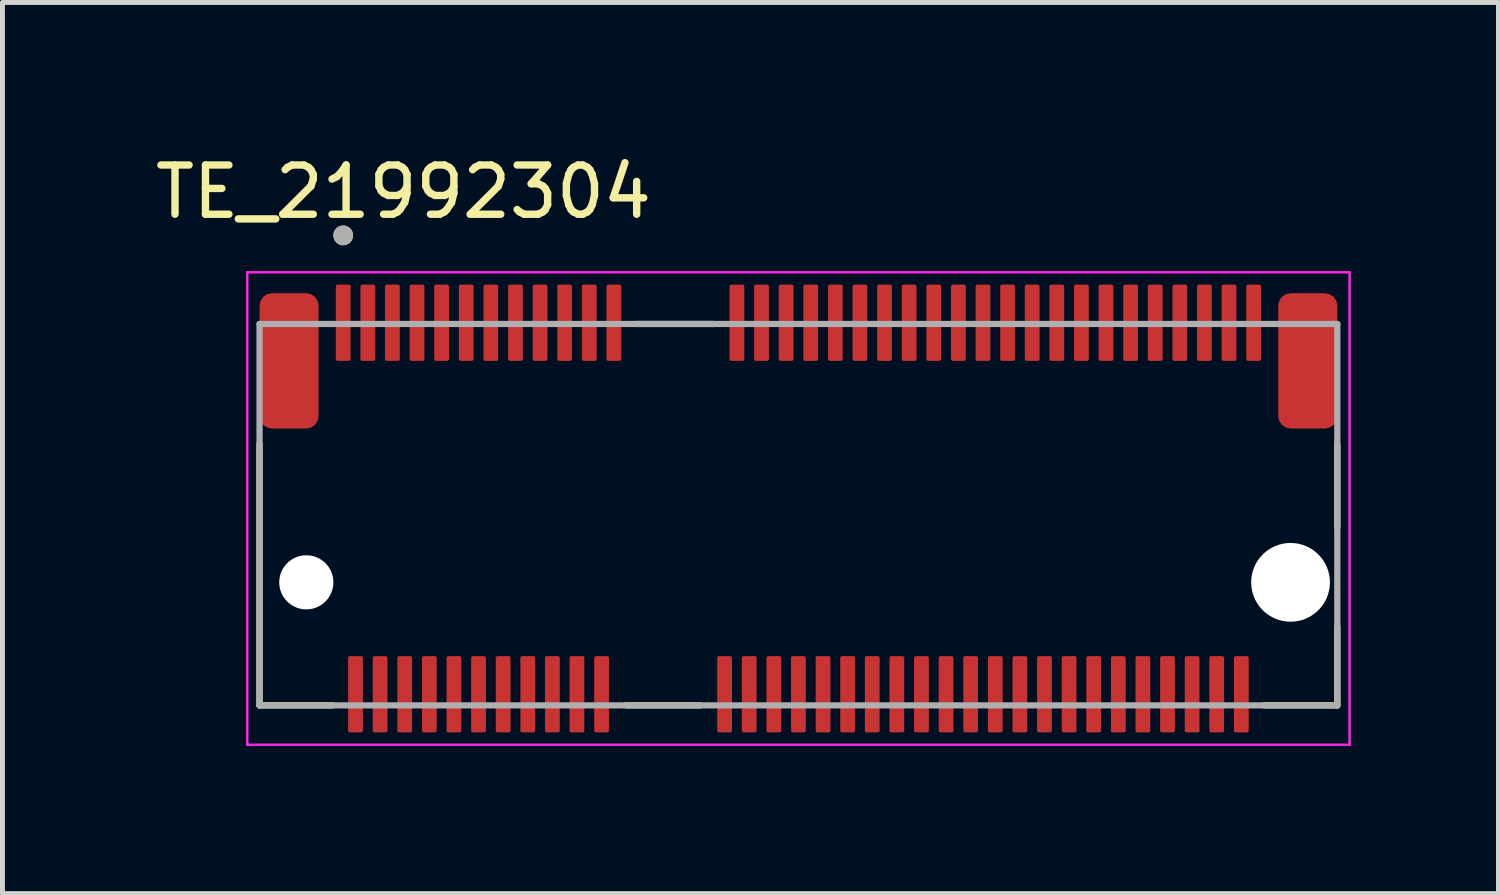
<source format=kicad_pcb>
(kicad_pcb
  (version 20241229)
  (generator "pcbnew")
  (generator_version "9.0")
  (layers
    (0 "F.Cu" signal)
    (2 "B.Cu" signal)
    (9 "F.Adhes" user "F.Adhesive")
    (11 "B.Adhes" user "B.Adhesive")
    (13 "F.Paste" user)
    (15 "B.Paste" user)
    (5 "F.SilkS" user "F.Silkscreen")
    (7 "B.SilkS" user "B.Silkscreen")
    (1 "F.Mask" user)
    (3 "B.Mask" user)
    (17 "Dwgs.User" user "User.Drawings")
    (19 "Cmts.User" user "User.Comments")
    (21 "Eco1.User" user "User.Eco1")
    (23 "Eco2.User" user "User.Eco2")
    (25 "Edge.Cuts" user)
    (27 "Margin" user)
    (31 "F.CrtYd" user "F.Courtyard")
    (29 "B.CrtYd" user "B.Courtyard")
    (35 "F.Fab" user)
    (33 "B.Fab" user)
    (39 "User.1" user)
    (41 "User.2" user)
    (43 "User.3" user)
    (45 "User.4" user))
  (footprint "TE_21992304"
    (layer "F.Cu")
    (at 13.174 8.783)
    (property "Reference" "TE_21992304" (at -8.025 -7.935 0) (layer "F.SilkS") (effects (font (size 1 1) (thickness 0.15))))
    (attr smd)
    (fp_line (start -10.95 2.5) (end -10.95 -2.805) (stroke (width 0.127) (type solid)) (layer "F.SilkS"))
    (fp_line (start -10.95 2.5) (end -9.47 2.5) (stroke (width 0.127) (type solid)) (layer "F.SilkS"))
    (fp_line (start -3.5 2.5) (end -2 2.5) (stroke (width 0.127) (type solid)) (layer "F.SilkS"))
    (fp_line (start -3.28 -5.25) (end -1.72 -5.25) (stroke (width 0.127) (type solid)) (layer "F.SilkS"))
    (fp_line (start 9.47 2.5) (end 10.95 2.5) (stroke (width 0.127) (type solid)) (layer "F.SilkS"))
    (fp_line (start 10.95 -2.805) (end 10.95 -1.12) (stroke (width 0.127) (type solid)) (layer "F.SilkS"))
    (fp_line (start 10.95 2.5) (end 10.95 0.9) (stroke (width 0.127) (type solid)) (layer "F.SilkS"))
    (fp_circle (center -9.25 -7.05) (end -9.15 -7.05) (stroke (width 0.2) (type solid)) (fill no) (layer "F.SilkS"))
    (fp_line (start -11.2 -6.3) (end -11.2 3.3) (stroke (width 0.05) (type solid)) (layer "F.CrtYd"))
    (fp_line (start -11.2 3.3) (end 11.2 3.3) (stroke (width 0.05) (type solid)) (layer "F.CrtYd"))
    (fp_line (start 11.2 -6.3) (end -11.2 -6.3) (stroke (width 0.05) (type solid)) (layer "F.CrtYd"))
    (fp_line (start 11.2 3.3) (end 11.2 -6.3) (stroke (width 0.05) (type solid)) (layer "F.CrtYd"))
    (fp_line (start -10.95 -5.25) (end 10.95 -5.25) (stroke (width 0.127) (type solid)) (layer "F.Fab"))
    (fp_line (start -10.95 2.5) (end -10.95 -5.25) (stroke (width 0.127) (type solid)) (layer "F.Fab"))
    (fp_line (start 10.95 -5.25) (end 10.95 2.5) (stroke (width 0.127) (type solid)) (layer "F.Fab"))
    (fp_line (start 10.95 2.5) (end -10.95 2.5) (stroke (width 0.127) (type solid)) (layer "F.Fab"))
    (fp_circle (center -9.25 -7.05) (end -9.15 -7.05) (stroke (width 0.2) (type solid)) (fill no) (layer "F.Fab"))
    (pad "" np_thru_hole circle (at -10 0) (size 1.1 1.1) (drill 1.1) (layers "*.Cu" "*.Mask"))
    (pad "" np_thru_hole circle (at 10 0) (size 1.6 1.6) (drill 1.6) (layers "*.Cu" "*.Mask"))
    (pad "1" smd roundrect (at -9.25 -5.275) (size 0.3 1.55) (layers "F.Cu" "F.Mask" "F.Paste") (roundrect_rratio 0.12))
    (pad "2" smd roundrect (at -9 2.275) (size 0.3 1.55) (layers "F.Cu" "F.Mask" "F.Paste") (roundrect_rratio 0.12))
    (pad "3" smd roundrect (at -8.75 -5.275) (size 0.3 1.55) (layers "F.Cu" "F.Mask" "F.Paste") (roundrect_rratio 0.12))
    (pad "4" smd roundrect (at -8.5 2.275) (size 0.3 1.55) (layers "F.Cu" "F.Mask" "F.Paste") (roundrect_rratio 0.12))
    (pad "5" smd roundrect (at -8.25 -5.275) (size 0.3 1.55) (layers "F.Cu" "F.Mask" "F.Paste") (roundrect_rratio 0.12))
    (pad "6" smd roundrect (at -8 2.275) (size 0.3 1.55) (layers "F.Cu" "F.Mask" "F.Paste") (roundrect_rratio 0.12))
    (pad "7" smd roundrect (at -7.75 -5.275) (size 0.3 1.55) (layers "F.Cu" "F.Mask" "F.Paste") (roundrect_rratio 0.12))
    (pad "8" smd roundrect (at -7.5 2.275) (size 0.3 1.55) (layers "F.Cu" "F.Mask" "F.Paste") (roundrect_rratio 0.12))
    (pad "9" smd roundrect (at -7.25 -5.275) (size 0.3 1.55) (layers "F.Cu" "F.Mask" "F.Paste") (roundrect_rratio 0.12))
    (pad "10" smd roundrect (at -7 2.275) (size 0.3 1.55) (layers "F.Cu" "F.Mask" "F.Paste") (roundrect_rratio 0.12))
    (pad "11" smd roundrect (at -6.75 -5.275) (size 0.3 1.55) (layers "F.Cu" "F.Mask" "F.Paste") (roundrect_rratio 0.12))
    (pad "12" smd roundrect (at -6.5 2.275) (size 0.3 1.55) (layers "F.Cu" "F.Mask" "F.Paste") (roundrect_rratio 0.12))
    (pad "13" smd roundrect (at -6.25 -5.275) (size 0.3 1.55) (layers "F.Cu" "F.Mask" "F.Paste") (roundrect_rratio 0.12))
    (pad "14" smd roundrect (at -6 2.275) (size 0.3 1.55) (layers "F.Cu" "F.Mask" "F.Paste") (roundrect_rratio 0.12))
    (pad "15" smd roundrect (at -5.75 -5.275) (size 0.3 1.55) (layers "F.Cu" "F.Mask" "F.Paste") (roundrect_rratio 0.12))
    (pad "16" smd roundrect (at -5.5 2.275) (size 0.3 1.55) (layers "F.Cu" "F.Mask" "F.Paste") (roundrect_rratio 0.12))
    (pad "17" smd roundrect (at -5.25 -5.275) (size 0.3 1.55) (layers "F.Cu" "F.Mask" "F.Paste") (roundrect_rratio 0.12))
    (pad "18" smd roundrect (at -5 2.275) (size 0.3 1.55) (layers "F.Cu" "F.Mask" "F.Paste") (roundrect_rratio 0.12))
    (pad "19" smd roundrect (at -4.75 -5.275) (size 0.3 1.55) (layers "F.Cu" "F.Mask" "F.Paste") (roundrect_rratio 0.12))
    (pad "20" smd roundrect (at -4.5 2.275) (size 0.3 1.55) (layers "F.Cu" "F.Mask" "F.Paste") (roundrect_rratio 0.12))
    (pad "21" smd roundrect (at -4.25 -5.275) (size 0.3 1.55) (layers "F.Cu" "F.Mask" "F.Paste") (roundrect_rratio 0.12))
    (pad "22" smd roundrect (at -4 2.275) (size 0.3 1.55) (layers "F.Cu" "F.Mask" "F.Paste") (roundrect_rratio 0.12))
    (pad "23" smd roundrect (at -3.75 -5.275) (size 0.3 1.55) (layers "F.Cu" "F.Mask" "F.Paste") (roundrect_rratio 0.12))
    (pad "32" smd roundrect (at -1.5 2.275) (size 0.3 1.55) (layers "F.Cu" "F.Mask" "F.Paste") (roundrect_rratio 0.12))
    (pad "33" smd roundrect (at -1.25 -5.275) (size 0.3 1.55) (layers "F.Cu" "F.Mask" "F.Paste") (roundrect_rratio 0.12))
    (pad "34" smd roundrect (at -1 2.275) (size 0.3 1.55) (layers "F.Cu" "F.Mask" "F.Paste") (roundrect_rratio 0.12))
    (pad "35" smd roundrect (at -0.75 -5.275) (size 0.3 1.55) (layers "F.Cu" "F.Mask" "F.Paste") (roundrect_rratio 0.12))
    (pad "36" smd roundrect (at -0.5 2.275) (size 0.3 1.55) (layers "F.Cu" "F.Mask" "F.Paste") (roundrect_rratio 0.12))
    (pad "37" smd roundrect (at -0.25 -5.275) (size 0.3 1.55) (layers "F.Cu" "F.Mask" "F.Paste") (roundrect_rratio 0.12))
    (pad "38" smd roundrect (at 0 2.275) (size 0.3 1.55) (layers "F.Cu" "F.Mask" "F.Paste") (roundrect_rratio 0.12))
    (pad "39" smd roundrect (at 0.25 -5.275) (size 0.3 1.55) (layers "F.Cu" "F.Mask" "F.Paste") (roundrect_rratio 0.12))
    (pad "40" smd roundrect (at 0.5 2.275) (size 0.3 1.55) (layers "F.Cu" "F.Mask" "F.Paste") (roundrect_rratio 0.12))
    (pad "41" smd roundrect (at 0.75 -5.275) (size 0.3 1.55) (layers "F.Cu" "F.Mask" "F.Paste") (roundrect_rratio 0.12))
    (pad "42" smd roundrect (at 1 2.275) (size 0.3 1.55) (layers "F.Cu" "F.Mask" "F.Paste") (roundrect_rratio 0.12))
    (pad "43" smd roundrect (at 1.25 -5.275) (size 0.3 1.55) (layers "F.Cu" "F.Mask" "F.Paste") (roundrect_rratio 0.12))
    (pad "44" smd roundrect (at 1.5 2.275) (size 0.3 1.55) (layers "F.Cu" "F.Mask" "F.Paste") (roundrect_rratio 0.12))
    (pad "45" smd roundrect (at 1.75 -5.275) (size 0.3 1.55) (layers "F.Cu" "F.Mask" "F.Paste") (roundrect_rratio 0.12))
    (pad "46" smd roundrect (at 2 2.275) (size 0.3 1.55) (layers "F.Cu" "F.Mask" "F.Paste") (roundrect_rratio 0.12))
    (pad "47" smd roundrect (at 2.25 -5.275) (size 0.3 1.55) (layers "F.Cu" "F.Mask" "F.Paste") (roundrect_rratio 0.12))
    (pad "48" smd roundrect (at 2.5 2.275) (size 0.3 1.55) (layers "F.Cu" "F.Mask" "F.Paste") (roundrect_rratio 0.12))
    (pad "49" smd roundrect (at 2.75 -5.275) (size 0.3 1.55) (layers "F.Cu" "F.Mask" "F.Paste") (roundrect_rratio 0.12))
    (pad "50" smd roundrect (at 3 2.275) (size 0.3 1.55) (layers "F.Cu" "F.Mask" "F.Paste") (roundrect_rratio 0.12))
    (pad "51" smd roundrect (at 3.25 -5.275) (size 0.3 1.55) (layers "F.Cu" "F.Mask" "F.Paste") (roundrect_rratio 0.12))
    (pad "52" smd roundrect (at 3.5 2.275) (size 0.3 1.55) (layers "F.Cu" "F.Mask" "F.Paste") (roundrect_rratio 0.12))
    (pad "53" smd roundrect (at 3.75 -5.275) (size 0.3 1.55) (layers "F.Cu" "F.Mask" "F.Paste") (roundrect_rratio 0.12))
    (pad "54" smd roundrect (at 4 2.275) (size 0.3 1.55) (layers "F.Cu" "F.Mask" "F.Paste") (roundrect_rratio 0.12))
    (pad "55" smd roundrect (at 4.25 -5.275) (size 0.3 1.55) (layers "F.Cu" "F.Mask" "F.Paste") (roundrect_rratio 0.12))
    (pad "56" smd roundrect (at 4.5 2.275) (size 0.3 1.55) (layers "F.Cu" "F.Mask" "F.Paste") (roundrect_rratio 0.12))
    (pad "57" smd roundrect (at 4.75 -5.275) (size 0.3 1.55) (layers "F.Cu" "F.Mask" "F.Paste") (roundrect_rratio 0.12))
    (pad "58" smd roundrect (at 5 2.275) (size 0.3 1.55) (layers "F.Cu" "F.Mask" "F.Paste") (roundrect_rratio 0.12))
    (pad "59" smd roundrect (at 5.25 -5.275) (size 0.3 1.55) (layers "F.Cu" "F.Mask" "F.Paste") (roundrect_rratio 0.12))
    (pad "60" smd roundrect (at 5.5 2.275) (size 0.3 1.55) (layers "F.Cu" "F.Mask" "F.Paste") (roundrect_rratio 0.12))
    (pad "61" smd roundrect (at 5.75 -5.275) (size 0.3 1.55) (layers "F.Cu" "F.Mask" "F.Paste") (roundrect_rratio 0.12))
    (pad "62" smd roundrect (at 6 2.275) (size 0.3 1.55) (layers "F.Cu" "F.Mask" "F.Paste") (roundrect_rratio 0.12))
    (pad "63" smd roundrect (at 6.25 -5.275) (size 0.3 1.55) (layers "F.Cu" "F.Mask" "F.Paste") (roundrect_rratio 0.12))
    (pad "64" smd roundrect (at 6.5 2.275) (size 0.3 1.55) (layers "F.Cu" "F.Mask" "F.Paste") (roundrect_rratio 0.12))
    (pad "65" smd roundrect (at 6.75 -5.275) (size 0.3 1.55) (layers "F.Cu" "F.Mask" "F.Paste") (roundrect_rratio 0.12))
    (pad "66" smd roundrect (at 7 2.275) (size 0.3 1.55) (layers "F.Cu" "F.Mask" "F.Paste") (roundrect_rratio 0.12))
    (pad "67" smd roundrect (at 7.25 -5.275) (size 0.3 1.55) (layers "F.Cu" "F.Mask" "F.Paste") (roundrect_rratio 0.12))
    (pad "68" smd roundrect (at 7.5 2.275) (size 0.3 1.55) (layers "F.Cu" "F.Mask" "F.Paste") (roundrect_rratio 0.12))
    (pad "69" smd roundrect (at 7.75 -5.275) (size 0.3 1.55) (layers "F.Cu" "F.Mask" "F.Paste") (roundrect_rratio 0.12))
    (pad "70" smd roundrect (at 8 2.275) (size 0.3 1.55) (layers "F.Cu" "F.Mask" "F.Paste") (roundrect_rratio 0.12))
    (pad "71" smd roundrect (at 8.25 -5.275) (size 0.3 1.55) (layers "F.Cu" "F.Mask" "F.Paste") (roundrect_rratio 0.12))
    (pad "72" smd roundrect (at 8.5 2.275) (size 0.3 1.55) (layers "F.Cu" "F.Mask" "F.Paste") (roundrect_rratio 0.12))
    (pad "73" smd roundrect (at 8.75 -5.275) (size 0.3 1.55) (layers "F.Cu" "F.Mask" "F.Paste") (roundrect_rratio 0.12))
    (pad "74" smd roundrect (at 9 2.275) (size 0.3 1.55) (layers "F.Cu" "F.Mask" "F.Paste") (roundrect_rratio 0.12))
    (pad "75" smd roundrect (at 9.25 -5.275) (size 0.3 1.55) (layers "F.Cu" "F.Mask" "F.Paste") (roundrect_rratio 0.12))
    (pad "S1" smd roundrect (at -10.35 -4.5) (size 1.2 2.75) (layers "F.Cu" "F.Mask" "F.Paste") (roundrect_rratio 0.21))
    (pad "S2" smd roundrect (at 10.35 -4.5) (size 1.2 2.75) (layers "F.Cu" "F.Mask" "F.Paste") (roundrect_rratio 0.21)))
  (gr_rect
    (start -3 -3)
    (end 27.399 15.108)
    (stroke (width 0.1) (type default))
    (fill no)
    (layer "Edge.Cuts")))
</source>
